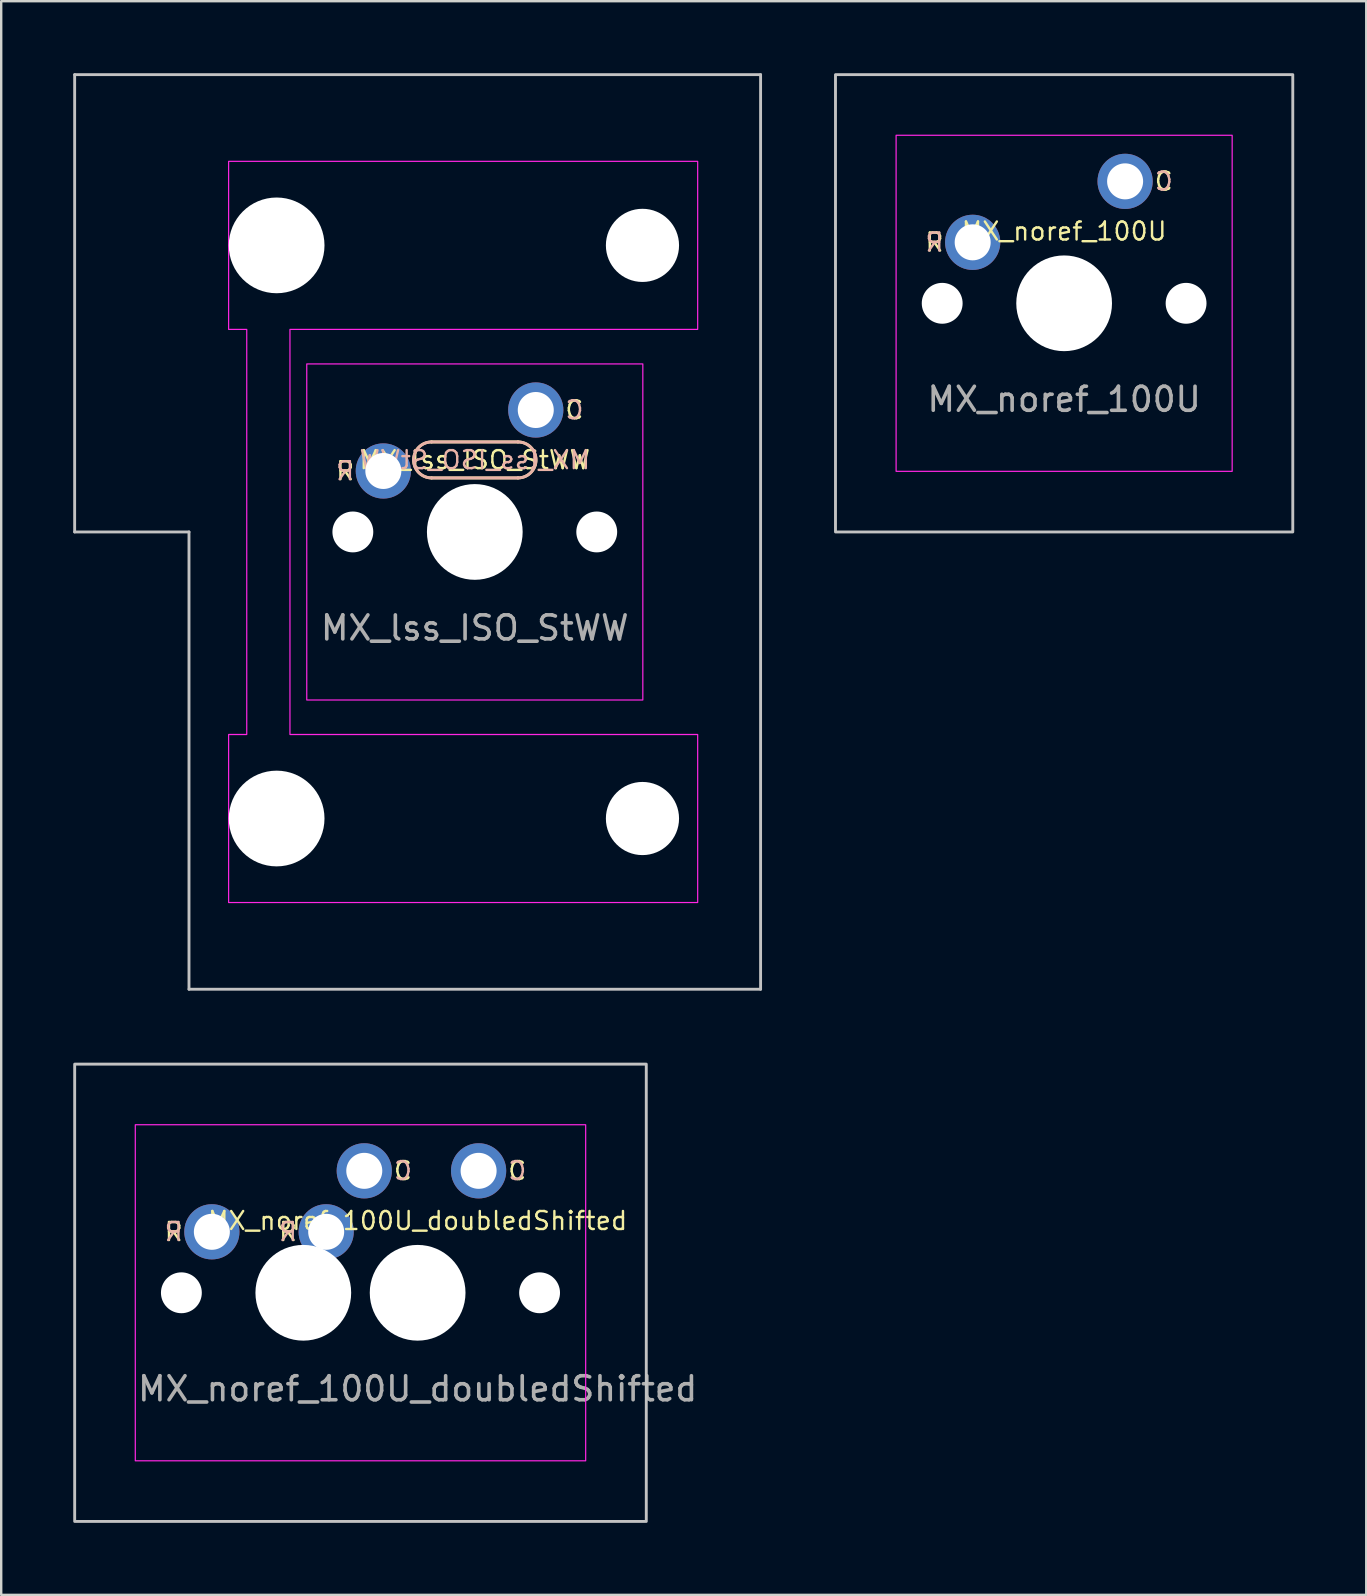
<source format=kicad_pcb>
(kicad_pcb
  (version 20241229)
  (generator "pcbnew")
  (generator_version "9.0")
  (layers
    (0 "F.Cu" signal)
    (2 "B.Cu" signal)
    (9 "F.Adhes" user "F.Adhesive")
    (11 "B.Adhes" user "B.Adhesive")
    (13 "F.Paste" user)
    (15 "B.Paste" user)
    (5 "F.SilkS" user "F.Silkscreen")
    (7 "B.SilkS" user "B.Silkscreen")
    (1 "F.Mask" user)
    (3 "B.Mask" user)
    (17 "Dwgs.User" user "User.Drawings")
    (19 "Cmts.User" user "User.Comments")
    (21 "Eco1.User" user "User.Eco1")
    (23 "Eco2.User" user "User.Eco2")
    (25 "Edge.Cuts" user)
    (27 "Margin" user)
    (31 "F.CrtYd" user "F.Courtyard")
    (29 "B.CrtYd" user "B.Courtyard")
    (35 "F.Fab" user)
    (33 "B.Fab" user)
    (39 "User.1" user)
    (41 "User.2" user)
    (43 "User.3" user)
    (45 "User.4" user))
  (footprint "MX_lss_ISO_StWW"
    (layer "F.Cu")
    (at 16.729 19.11)
    (property "Reference" "MX_lss_ISO_StWW" (at 0 -3 0) (unlocked yes) (layer "F.SilkS") (effects (font (size 0.75 0.75) (thickness 0.1))))
    (attr through_hole)
    (fp_line (start -1.8 -3.75) (end 1.8 -3.75) (stroke (width 0.12) (type solid)) (layer "F.SilkS"))
    (fp_line (start 1.8 -2.25) (end -1.8 -2.25) (stroke (width 0.12) (type solid)) (layer "F.SilkS"))
    (fp_arc (start -1.8 -2.25) (mid -2.55 -3) (end -1.8 -3.75) (stroke (width 0.12) (type solid)) (layer "F.SilkS"))
    (fp_arc (start 1.8 -3.75) (mid 2.55 -3) (end 1.8 -2.25) (stroke (width 0.12) (type solid)) (layer "F.SilkS"))
    (fp_line (start -1.8 -2.25) (end 1.8 -2.25) (stroke (width 0.12) (type solid)) (layer "B.SilkS"))
    (fp_line (start 1.8 -3.75) (end -1.8 -3.75) (stroke (width 0.12) (type solid)) (layer "B.SilkS"))
    (fp_arc (start -1.8 -2.25) (mid -2.55 -3) (end -1.8 -3.75) (stroke (width 0.12) (type solid)) (layer "B.SilkS"))
    (fp_arc (start 1.8 -3.75) (mid 2.55 -3) (end 1.8 -2.25) (stroke (width 0.12) (type solid)) (layer "B.SilkS"))
    (fp_line (start -16.669 -19.05) (end -16.669 0) (stroke (width 0.12) (type solid)) (layer "Dwgs.User"))
    (fp_line (start -16.669 0) (end -11.906 0) (stroke (width 0.12) (type solid)) (layer "Dwgs.User"))
    (fp_line (start -11.906 0) (end -11.906 19.05) (stroke (width 0.12) (type solid)) (layer "Dwgs.User"))
    (fp_line (start -11.906 19.05) (end 11.906 19.05) (stroke (width 0.12) (type solid)) (layer "Dwgs.User"))
    (fp_line (start 11.906 -19.05) (end -16.669 -19.05) (stroke (width 0.12) (type solid)) (layer "Dwgs.User"))
    (fp_line (start 11.906 19.05) (end 11.906 -19.05) (stroke (width 0.12) (type solid)) (layer "Dwgs.User"))
    (fp_rect (start -7 -7) (end 7 7) (stroke (width 0.05) (type solid)) (fill no) (layer "F.CrtYd"))
    (fp_poly (pts (xy -7.7 -8.438) (xy -7.7 8.438) (xy 9.285 8.438) (xy 9.285 15.438) (xy -10.255 15.438) (xy -10.255 8.438) (xy -9.5 8.438) (xy -9.5 -8.438) (xy -10.255 -8.438) (xy -10.255 -15.438) (xy 9.285 -15.438) (xy 9.285 -8.438)) (stroke (width 0.05) (type solid)) (fill no) (layer "F.CrtYd"))
    (fp_text user "R" (at -5.4 -2.54 0) (unlocked yes) (layer "F.SilkS") (effects (font (size 0.75 0.75) (thickness 0.1))))
    (fp_text user "C" (at 4.15 -5.08 0) (unlocked yes) (layer "F.SilkS") (effects (font (size 0.75 0.75) (thickness 0.1))))
    (fp_text user "C" (at 4.15 -5.08 0) (unlocked yes) (layer "B.SilkS") (effects (font (size 0.75 0.75) (thickness 0.1)) (justify mirror)))
    (fp_text user "${REFERENCE}" (at 0 -3 0) (unlocked yes) (layer "B.SilkS") (effects (font (size 0.75 0.75) (thickness 0.1)) (justify mirror)))
    (fp_text user "R" (at -5.4 -2.54 0) (unlocked yes) (layer "B.SilkS") (effects (font (size 0.75 0.75) (thickness 0.1)) (justify mirror)))
    (fp_text user "${REFERENCE}" (at 0 4 0) (unlocked yes) (layer "F.Fab") (effects (font (size 1 1) (thickness 0.15))))
    (pad "" np_thru_hole circle (at -8.255 -11.938 270) (size 3.988 3.988) (drill 3.988) (layers "*.Cu" "*.Mask"))
    (pad "" np_thru_hole circle (at -8.255 11.938 270) (size 3.988 3.988) (drill 3.988) (layers "*.Cu" "*.Mask"))
    (pad "" np_thru_hole circle (at -5.08 0) (size 1.702 1.702) (drill 1.702) (layers "*.Cu" "*.Mask"))
    (pad "" np_thru_hole circle (at 0 0) (size 3.988 3.988) (drill 3.988) (layers "*.Cu" "*.Mask"))
    (pad "" np_thru_hole circle (at 5.08 0) (size 1.702 1.702) (drill 1.702) (layers "*.Cu" "*.Mask"))
    (pad "" np_thru_hole circle (at 6.985 -11.938 270) (size 3.048 3.048) (drill 3.048) (layers "*.Cu" "*.Mask"))
    (pad "" np_thru_hole circle (at 6.985 11.938 270) (size 3.048 3.048) (drill 3.048) (layers "*.Cu" "*.Mask"))
    (pad "1" thru_hole circle (at 2.54 -5.08) (size 2.3 2.3) (drill 1.5) (layers "*.Cu" "*.Mask"))
    (pad "2" thru_hole circle (at -3.81 -2.54) (size 2.3 2.3) (drill 1.5) (layers "*.Cu" "*.Mask")))
  (footprint "MX_noref_100U_doubledShifted"
    (layer "F.Cu")
    (at 14.348 50.805)
    (property "Reference" "MX_noref_100U_doubledShifted" (at 0 -3 0) (unlocked yes) (layer "F.SilkS") (effects (font (size 0.75 0.75) (thickness 0.1))))
    (attr through_hole)
    (fp_rect (start -14.287 -9.525) (end 9.525 9.525) (stroke (width 0.12) (type solid)) (fill no) (layer "Dwgs.User"))
    (fp_rect (start -11.762 -7) (end 7 7) (stroke (width 0.05) (type solid)) (fill no) (layer "F.CrtYd"))
    (fp_text user "R" (at -10.162 -2.54 0) (unlocked yes) (layer "F.SilkS") (effects (font (size 0.75 0.75) (thickness 0.1))))
    (fp_text user "R" (at -5.4 -2.54 0) (unlocked yes) (layer "F.SilkS") (effects (font (size 0.75 0.75) (thickness 0.1))))
    (fp_text user "C" (at -0.613 -5.08 0) (unlocked yes) (layer "F.SilkS") (effects (font (size 0.75 0.75) (thickness 0.1))))
    (fp_text user "C" (at 4.15 -5.08 0) (unlocked yes) (layer "F.SilkS") (effects (font (size 0.75 0.75) (thickness 0.1))))
    (fp_text user "R" (at -10.162 -2.54 0) (unlocked yes) (layer "B.SilkS") (effects (font (size 0.75 0.75) (thickness 0.1)) (justify mirror)))
    (fp_text user "C" (at -0.613 -5.08 0) (unlocked yes) (layer "B.SilkS") (effects (font (size 0.75 0.75) (thickness 0.1)) (justify mirror)))
    (fp_text user "R" (at -5.4 -2.54 0) (unlocked yes) (layer "B.SilkS") (effects (font (size 0.75 0.75) (thickness 0.1)) (justify mirror)))
    (fp_text user "C" (at 4.15 -5.08 0) (unlocked yes) (layer "B.SilkS") (effects (font (size 0.75 0.75) (thickness 0.1)) (justify mirror)))
    (fp_text user "${REFERENCE}" (at 0 4 0) (unlocked yes) (layer "F.Fab") (effects (font (size 1 1) (thickness 0.15))))
    (pad "" np_thru_hole circle (at -9.842 0) (size 1.702 1.702) (drill 1.702) (layers "*.Cu" "*.Mask"))
    (pad "" np_thru_hole circle (at -4.763 0) (size 3.988 3.988) (drill 3.988) (layers "*.Cu" "*.Mask"))
    (pad "" np_thru_hole circle (at 0 0) (size 3.988 3.988) (drill 3.988) (layers "*.Cu" "*.Mask"))
    (pad "" np_thru_hole circle (at 5.08 0) (size 1.702 1.702) (drill 1.702) (layers "*.Cu" "*.Mask"))
    (pad "1" thru_hole circle (at -2.223 -5.08) (size 2.3 2.3) (drill 1.5) (layers "*.Cu" "*.Mask"))
    (pad "1" thru_hole circle (at 2.54 -5.08) (size 2.3 2.3) (drill 1.5) (layers "*.Cu" "*.Mask"))
    (pad "2" thru_hole circle (at -8.572 -2.54) (size 2.3 2.3) (drill 1.5) (layers "*.Cu" "*.Mask"))
    (pad "2" thru_hole circle (at -3.81 -2.54) (size 2.3 2.3) (drill 1.5) (layers "*.Cu" "*.Mask")))
  (footprint "MX_noref_100U"
    (layer "F.Cu")
    (at 41.28 9.585)
    (property "Reference" "MX_noref_100U" (at 0 -3 0) (unlocked yes) (layer "F.SilkS") (effects (font (size 0.75 0.75) (thickness 0.1))))
    (attr through_hole)
    (fp_rect (start -9.525 -9.525) (end 9.525 9.525) (stroke (width 0.12) (type solid)) (fill no) (layer "Dwgs.User"))
    (fp_rect (start -7 -7) (end 7 7) (stroke (width 0.05) (type solid)) (fill no) (layer "F.CrtYd"))
    (fp_text user "R" (at -5.4 -2.54 0) (unlocked yes) (layer "F.SilkS") (effects (font (size 0.75 0.75) (thickness 0.1))))
    (fp_text user "C" (at 4.15 -5.08 0) (unlocked yes) (layer "F.SilkS") (effects (font (size 0.75 0.75) (thickness 0.1))))
    (fp_text user "R" (at -5.4 -2.54 0) (unlocked yes) (layer "B.SilkS") (effects (font (size 0.75 0.75) (thickness 0.1)) (justify mirror)))
    (fp_text user "C" (at 4.15 -5.08 0) (unlocked yes) (layer "B.SilkS") (effects (font (size 0.75 0.75) (thickness 0.1)) (justify mirror)))
    (fp_text user "${REFERENCE}" (at 0 4 0) (unlocked yes) (layer "F.Fab") (effects (font (size 1 1) (thickness 0.15))))
    (pad "" np_thru_hole circle (at -5.08 0) (size 1.702 1.702) (drill 1.702) (layers "*.Cu" "*.Mask"))
    (pad "" np_thru_hole circle (at 0 0) (size 3.988 3.988) (drill 3.988) (layers "*.Cu" "*.Mask"))
    (pad "" np_thru_hole circle (at 5.08 0) (size 1.702 1.702) (drill 1.702) (layers "*.Cu" "*.Mask"))
    (pad "1" thru_hole circle (at 2.54 -5.08) (size 2.3 2.3) (drill 1.5) (layers "*.Cu" "*.Mask"))
    (pad "2" thru_hole circle (at -3.81 -2.54) (size 2.3 2.3) (drill 1.5) (layers "*.Cu" "*.Mask")))
  (gr_rect
    (start -3 -3)
    (end 53.865 63.39)
    (stroke (width 0.1) (type default))
    (fill no)
    (layer "Edge.Cuts")))
</source>
